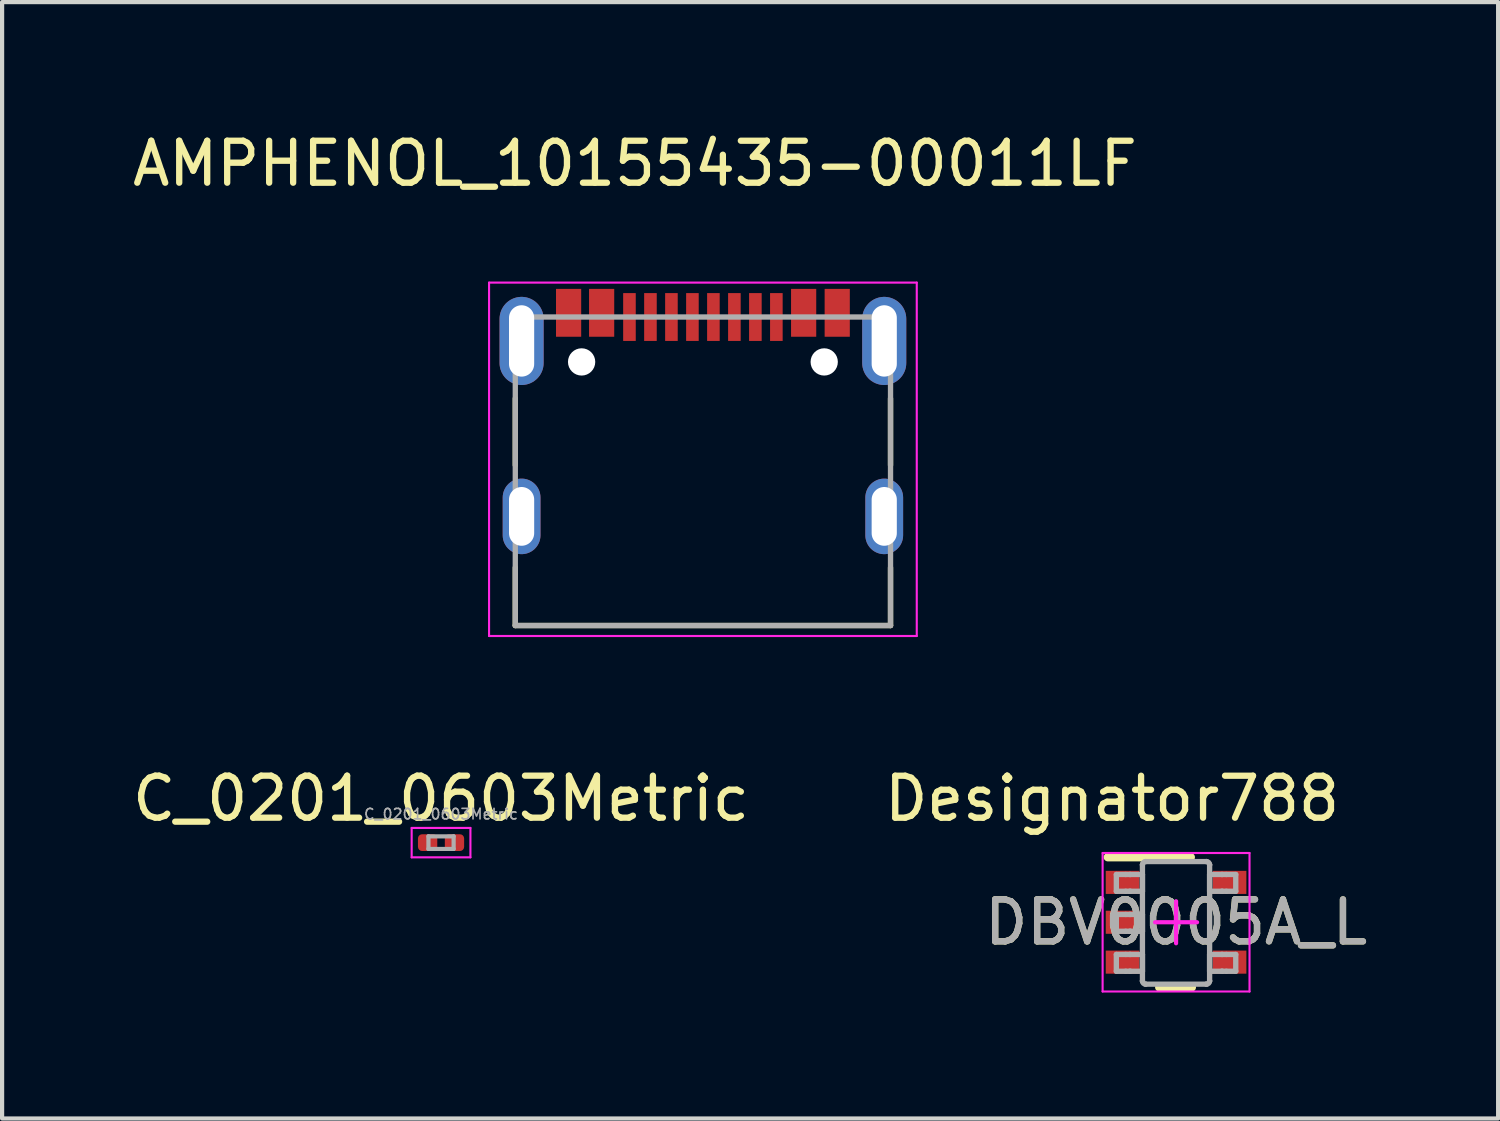
<source format=kicad_pcb>
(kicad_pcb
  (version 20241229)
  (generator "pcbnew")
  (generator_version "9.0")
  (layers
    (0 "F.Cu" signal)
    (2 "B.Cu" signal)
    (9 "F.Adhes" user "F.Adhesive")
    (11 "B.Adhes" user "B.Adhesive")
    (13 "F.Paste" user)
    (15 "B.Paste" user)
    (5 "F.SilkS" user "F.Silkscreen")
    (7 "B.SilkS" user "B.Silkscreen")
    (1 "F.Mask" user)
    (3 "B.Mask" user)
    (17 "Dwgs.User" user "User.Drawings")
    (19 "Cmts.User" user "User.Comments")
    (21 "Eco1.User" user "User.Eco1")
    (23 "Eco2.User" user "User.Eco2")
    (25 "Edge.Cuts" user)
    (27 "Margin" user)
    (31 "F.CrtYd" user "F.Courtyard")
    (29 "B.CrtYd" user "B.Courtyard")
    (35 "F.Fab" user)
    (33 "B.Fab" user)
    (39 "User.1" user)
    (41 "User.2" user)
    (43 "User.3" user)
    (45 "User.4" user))
  (footprint "DBV0005A_L"
    (layer "F.Cu")
    (at 24.97 18.923)
    (property "Reference" "DBV0005A_L" (at 0 0 0) (unlocked yes) (layer "F.SilkS") (effects (font (size 1 1) (thickness 0.15))))
    (attr smd)
    (fp_line (start -1.625 -1.55) (end 0.35 -1.55) (stroke (width 0.2) (type solid)) (layer "F.SilkS"))
    (fp_line (start -0.4 1.55) (end 0.375 1.55) (stroke (width 0.2) (type solid)) (layer "F.SilkS"))
    (fp_line (start -1.75 -1.65) (end 1.75 -1.65) (stroke (width 0.05) (type solid)) (layer "F.CrtYd"))
    (fp_line (start -1.75 1.65) (end -1.75 -1.65) (stroke (width 0.05) (type solid)) (layer "F.CrtYd"))
    (fp_line (start -1.75 1.65) (end 1.75 1.65) (stroke (width 0.05) (type solid)) (layer "F.CrtYd"))
    (fp_line (start -0.5 0) (end 0.5 0) (stroke (width 0.1) (type solid)) (layer "F.CrtYd"))
    (fp_line (start 0 0.5) (end 0 -0.5) (stroke (width 0.1) (type solid)) (layer "F.CrtYd"))
    (fp_line (start 1.75 1.65) (end 1.75 -1.65) (stroke (width 0.05) (type solid)) (layer "F.CrtYd"))
    (fp_line (start -1.423 -1.138) (end -1.199 -1.138) (stroke (width 0.127) (type solid)) (layer "F.Fab"))
    (fp_line (start -1.423 -0.738) (end -1.423 -1.138) (stroke (width 0.127) (type solid)) (layer "F.Fab"))
    (fp_line (start -1.423 -0.738) (end -1.199 -0.738) (stroke (width 0.127) (type solid)) (layer "F.Fab"))
    (fp_line (start -1.423 -0.186) (end -1.199 -0.186) (stroke (width 0.127) (type solid)) (layer "F.Fab"))
    (fp_line (start -1.423 0.215) (end -1.423 -0.186) (stroke (width 0.127) (type solid)) (layer "F.Fab"))
    (fp_line (start -1.423 0.215) (end -1.199 0.215) (stroke (width 0.127) (type solid)) (layer "F.Fab"))
    (fp_line (start -1.423 0.767) (end -1.199 0.767) (stroke (width 0.127) (type solid)) (layer "F.Fab"))
    (fp_line (start -1.423 1.167) (end -1.423 0.767) (stroke (width 0.127) (type solid)) (layer "F.Fab"))
    (fp_line (start -1.423 1.167) (end -1.199 1.167) (stroke (width 0.127) (type solid)) (layer "F.Fab"))
    (fp_line (start -1.199 -1.138) (end -1.105 -1.138) (stroke (width 0.127) (type solid)) (layer "F.Fab"))
    (fp_line (start -1.199 -0.738) (end -1.105 -0.738) (stroke (width 0.127) (type solid)) (layer "F.Fab"))
    (fp_line (start -1.199 -0.186) (end -1.105 -0.186) (stroke (width 0.127) (type solid)) (layer "F.Fab"))
    (fp_line (start -1.199 0.215) (end -1.105 0.215) (stroke (width 0.127) (type solid)) (layer "F.Fab"))
    (fp_line (start -1.199 0.767) (end -1.105 0.767) (stroke (width 0.127) (type solid)) (layer "F.Fab"))
    (fp_line (start -1.199 1.167) (end -1.105 1.167) (stroke (width 0.127) (type solid)) (layer "F.Fab"))
    (fp_line (start -1.105 -1.138) (end -1.088 -1.138) (stroke (width 0.127) (type solid)) (layer "F.Fab"))
    (fp_line (start -1.105 -0.738) (end -1.088 -0.738) (stroke (width 0.127) (type solid)) (layer "F.Fab"))
    (fp_line (start -1.105 -0.186) (end -1.088 -0.186) (stroke (width 0.127) (type solid)) (layer "F.Fab"))
    (fp_line (start -1.105 0.215) (end -1.088 0.215) (stroke (width 0.127) (type solid)) (layer "F.Fab"))
    (fp_line (start -1.105 0.767) (end -1.088 0.767) (stroke (width 0.127) (type solid)) (layer "F.Fab"))
    (fp_line (start -1.105 1.167) (end -1.088 1.167) (stroke (width 0.127) (type solid)) (layer "F.Fab"))
    (fp_line (start -1.088 -1.138) (end -0.835 -1.138) (stroke (width 0.127) (type solid)) (layer "F.Fab"))
    (fp_line (start -1.088 -0.738) (end -0.835 -0.738) (stroke (width 0.127) (type solid)) (layer "F.Fab"))
    (fp_line (start -1.088 -0.186) (end -0.835 -0.186) (stroke (width 0.127) (type solid)) (layer "F.Fab"))
    (fp_line (start -1.088 0.215) (end -0.835 0.215) (stroke (width 0.127) (type solid)) (layer "F.Fab"))
    (fp_line (start -1.088 0.767) (end -0.835 0.767) (stroke (width 0.127) (type solid)) (layer "F.Fab"))
    (fp_line (start -1.088 1.167) (end -0.835 1.167) (stroke (width 0.127) (type solid)) (layer "F.Fab"))
    (fp_line (start -0.835 -1.138) (end -0.801 -1.138) (stroke (width 0.127) (type solid)) (layer "F.Fab"))
    (fp_line (start -0.835 -0.738) (end -0.801 -0.738) (stroke (width 0.127) (type solid)) (layer "F.Fab"))
    (fp_line (start -0.835 -0.186) (end -0.801 -0.186) (stroke (width 0.127) (type solid)) (layer "F.Fab"))
    (fp_line (start -0.835 0.215) (end -0.801 0.215) (stroke (width 0.127) (type solid)) (layer "F.Fab"))
    (fp_line (start -0.835 0.767) (end -0.801 0.767) (stroke (width 0.127) (type solid)) (layer "F.Fab"))
    (fp_line (start -0.835 1.167) (end -0.801 1.167) (stroke (width 0.127) (type solid)) (layer "F.Fab"))
    (fp_line (start -0.801 -1.37) (end -0.801 -1.371) (stroke (width 0.127) (type solid)) (layer "F.Fab"))
    (fp_line (start -0.801 -0.738) (end -0.801 -1.138) (stroke (width 0.127) (type solid)) (layer "F.Fab"))
    (fp_line (start -0.801 0.215) (end -0.801 -0.186) (stroke (width 0.127) (type solid)) (layer "F.Fab"))
    (fp_line (start -0.801 1.167) (end -0.801 0.767) (stroke (width 0.127) (type solid)) (layer "F.Fab"))
    (fp_line (start -0.801 1.399) (end -0.801 -1.37) (stroke (width 0.127) (type solid)) (layer "F.Fab"))
    (fp_line (start -0.801 1.4) (end -0.801 1.399) (stroke (width 0.127) (type solid)) (layer "F.Fab"))
    (fp_line (start -0.725 -1.446) (end -0.725 -1.446) (stroke (width 0.127) (type solid)) (layer "F.Fab"))
    (fp_line (start -0.725 1.475) (end -0.725 1.475) (stroke (width 0.127) (type solid)) (layer "F.Fab"))
    (fp_line (start -0.725 -1.446) (end 0.723 -1.446) (stroke (width 0.127) (type solid)) (layer "F.Fab"))
    (fp_line (start -0.725 1.475) (end 0.723 1.475) (stroke (width 0.127) (type solid)) (layer "F.Fab"))
    (fp_line (start 0.723 -1.446) (end 0.724 -1.446) (stroke (width 0.127) (type solid)) (layer "F.Fab"))
    (fp_line (start 0.723 1.475) (end 0.724 1.475) (stroke (width 0.127) (type solid)) (layer "F.Fab"))
    (fp_line (start 0.799 -1.37) (end 0.799 -1.371) (stroke (width 0.127) (type solid)) (layer "F.Fab"))
    (fp_line (start 0.799 -1.138) (end 0.834 -1.138) (stroke (width 0.127) (type solid)) (layer "F.Fab"))
    (fp_line (start 0.799 -0.738) (end 0.799 -1.138) (stroke (width 0.127) (type solid)) (layer "F.Fab"))
    (fp_line (start 0.799 -0.738) (end 0.834 -0.738) (stroke (width 0.127) (type solid)) (layer "F.Fab"))
    (fp_line (start 0.799 0.767) (end 0.834 0.767) (stroke (width 0.127) (type solid)) (layer "F.Fab"))
    (fp_line (start 0.799 1.167) (end 0.799 0.767) (stroke (width 0.127) (type solid)) (layer "F.Fab"))
    (fp_line (start 0.799 1.167) (end 0.834 1.167) (stroke (width 0.127) (type solid)) (layer "F.Fab"))
    (fp_line (start 0.799 1.399) (end 0.799 -1.37) (stroke (width 0.127) (type solid)) (layer "F.Fab"))
    (fp_line (start 0.799 1.4) (end 0.799 1.399) (stroke (width 0.127) (type solid)) (layer "F.Fab"))
    (fp_line (start 0.834 -1.138) (end 1.087 -1.138) (stroke (width 0.127) (type solid)) (layer "F.Fab"))
    (fp_line (start 0.834 -0.738) (end 1.087 -0.738) (stroke (width 0.127) (type solid)) (layer "F.Fab"))
    (fp_line (start 0.834 0.767) (end 1.087 0.767) (stroke (width 0.127) (type solid)) (layer "F.Fab"))
    (fp_line (start 0.834 1.167) (end 1.087 1.167) (stroke (width 0.127) (type solid)) (layer "F.Fab"))
    (fp_line (start 1.087 -1.138) (end 1.103 -1.138) (stroke (width 0.127) (type solid)) (layer "F.Fab"))
    (fp_line (start 1.087 -0.738) (end 1.103 -0.738) (stroke (width 0.127) (type solid)) (layer "F.Fab"))
    (fp_line (start 1.087 0.767) (end 1.103 0.767) (stroke (width 0.127) (type solid)) (layer "F.Fab"))
    (fp_line (start 1.087 1.167) (end 1.103 1.167) (stroke (width 0.127) (type solid)) (layer "F.Fab"))
    (fp_line (start 1.103 -1.138) (end 1.198 -1.138) (stroke (width 0.127) (type solid)) (layer "F.Fab"))
    (fp_line (start 1.103 -0.738) (end 1.198 -0.738) (stroke (width 0.127) (type solid)) (layer "F.Fab"))
    (fp_line (start 1.103 0.767) (end 1.198 0.767) (stroke (width 0.127) (type solid)) (layer "F.Fab"))
    (fp_line (start 1.103 1.167) (end 1.198 1.167) (stroke (width 0.127) (type solid)) (layer "F.Fab"))
    (fp_line (start 1.198 -1.138) (end 1.422 -1.138) (stroke (width 0.127) (type solid)) (layer "F.Fab"))
    (fp_line (start 1.198 -0.738) (end 1.422 -0.738) (stroke (width 0.127) (type solid)) (layer "F.Fab"))
    (fp_line (start 1.198 0.767) (end 1.422 0.767) (stroke (width 0.127) (type solid)) (layer "F.Fab"))
    (fp_line (start 1.198 1.167) (end 1.422 1.167) (stroke (width 0.127) (type solid)) (layer "F.Fab"))
    (fp_line (start 1.422 -0.738) (end 1.422 -1.138) (stroke (width 0.127) (type solid)) (layer "F.Fab"))
    (fp_line (start 1.422 1.167) (end 1.422 0.767) (stroke (width 0.127) (type solid)) (layer "F.Fab"))
    (fp_arc (start -0.80074 -1.37084) (mid -0.778218 -1.423887) (end -0.724999 -1.445998) (stroke (width 0.127) (type solid)) (layer "F.Fab"))
    (fp_arc (start -0.724999 1.475) (mid -0.778213 1.452901) (end -0.80074 1.399867) (stroke (width 0.127) (type solid)) (layer "F.Fab"))
    (fp_arc (start 0.723714 -1.445998) (mid 0.776933 -1.423887) (end 0.799455 -1.37084) (stroke (width 0.127) (type solid)) (layer "F.Fab"))
    (fp_arc (start 0.799455 1.399868) (mid 0.776927 1.452901) (end 0.723713 1.475) (stroke (width 0.127) (type solid)) (layer "F.Fab"))
    (fp_text user "Designator788" (at -1.524 -2.946 0) (unlocked yes) (layer "F.SilkS") (effects (font (size 1 1) (thickness 0.15))))
    (fp_text user "${REFERENCE}" (at 0 0 0) (unlocked yes) (layer "F.Fab") (effects (font (size 1 1) (thickness 0.15))))
    (pad "1" smd rect (at -1.275 -0.95 90) (size 0.55 0.8) (layers "F.Cu" "F.Mask" "F.Paste"))
    (pad "2" smd rect (at -1.275 0 90) (size 0.55 0.8) (layers "F.Cu" "F.Mask" "F.Paste"))
    (pad "3" smd rect (at -1.275 0.95 90) (size 0.55 0.8) (layers "F.Cu" "F.Mask" "F.Paste"))
    (pad "4" smd rect (at 1.275 0.95 90) (size 0.55 0.8) (layers "F.Cu" "F.Mask" "F.Paste"))
    (pad "5" smd rect (at 1.275 -0.95 90) (size 0.55 0.8) (layers "F.Cu" "F.Mask" "F.Paste")))
  (footprint "AMPHENOL_10155435-00011LF"
    (layer "F.Cu")
    (at 13.697 9.253)
    (property "Reference" "AMPHENOL_10155435-00011LF" (at -1.62 -8.405 0) (layer "F.SilkS") (effects (font (size 1 1) (thickness 0.15))))
    (attr smd)
    (fp_line (start -4.47 -2.81) (end -4.47 -1.22) (stroke (width 0.127) (type solid)) (layer "F.SilkS"))
    (fp_line (start -4.47 2.6) (end -4.47 1.22) (stroke (width 0.127) (type solid)) (layer "F.SilkS"))
    (fp_line (start 4.47 -2.81) (end 4.47 -1.22) (stroke (width 0.127) (type solid)) (layer "F.SilkS"))
    (fp_line (start 4.47 2.6) (end -4.47 2.6) (stroke (width 0.127) (type solid)) (layer "F.SilkS"))
    (fp_line (start 4.47 2.6) (end 4.47 1.22) (stroke (width 0.127) (type solid)) (layer "F.SilkS"))
    (fp_line (start -5.095 -5.57) (end -5.095 2.85) (stroke (width 0.05) (type solid)) (layer "F.CrtYd"))
    (fp_line (start -5.095 2.85) (end 5.095 2.85) (stroke (width 0.05) (type solid)) (layer "F.CrtYd"))
    (fp_line (start 5.095 -5.57) (end -5.095 -5.57) (stroke (width 0.05) (type solid)) (layer "F.CrtYd"))
    (fp_line (start 5.095 2.85) (end 5.095 -5.57) (stroke (width 0.05) (type solid)) (layer "F.CrtYd"))
    (fp_line (start -4.47 -4.75) (end 4.47 -4.75) (stroke (width 0.127) (type solid)) (layer "F.Fab"))
    (fp_line (start -4.47 2.6) (end -4.47 -4.75) (stroke (width 0.127) (type solid)) (layer "F.Fab"))
    (fp_line (start 4.47 -4.75) (end 4.47 2.6) (stroke (width 0.127) (type solid)) (layer "F.Fab"))
    (fp_line (start 4.47 2.6) (end -4.47 2.6) (stroke (width 0.127) (type solid)) (layer "F.Fab"))
    (pad "" np_thru_hole circle (at -2.89 -3.68) (size 0.65 0.65) (drill 0.65) (layers "*.Cu" "*.Mask"))
    (pad "" np_thru_hole circle (at 2.89 -3.68) (size 0.65 0.65) (drill 0.65) (layers "*.Cu" "*.Mask"))
    (pad "A1_B12" smd rect (at -3.2 -4.75) (size 0.6 1.14) (drill (offset 0 -0.1)) (layers "F.Cu" "F.Mask" "F.Paste"))
    (pad "A4_B9" smd rect (at -2.413 -4.75) (size 0.6 1.14) (drill (offset 0 -0.1)) (layers "F.Cu" "F.Mask" "F.Paste"))
    (pad "A5" smd rect (at -1.25 -4.75) (size 0.3 1.14) (layers "F.Cu" "F.Mask" "F.Paste"))
    (pad "A6" smd rect (at -0.25 -4.75) (size 0.3 1.14) (layers "F.Cu" "F.Mask" "F.Paste"))
    (pad "A7" smd rect (at 0.25 -4.75) (size 0.3 1.14) (layers "F.Cu" "F.Mask" "F.Paste"))
    (pad "A8" smd rect (at 1.25 -4.75) (size 0.3 1.14) (layers "F.Cu" "F.Mask" "F.Paste"))
    (pad "B1_A12" smd rect (at 3.2 -4.75) (size 0.6 1.14) (drill (offset 0 -0.1)) (layers "F.Cu" "F.Mask" "F.Paste"))
    (pad "B4_A9" smd rect (at 2.4 -4.75) (size 0.6 1.14) (drill (offset 0 -0.1)) (layers "F.Cu" "F.Mask" "F.Paste"))
    (pad "B5" smd rect (at 1.75 -4.75) (size 0.3 1.14) (layers "F.Cu" "F.Mask" "F.Paste"))
    (pad "B6" smd rect (at 0.75 -4.75) (size 0.3 1.14) (layers "F.Cu" "F.Mask" "F.Paste"))
    (pad "B7" smd rect (at -0.75 -4.75) (size 0.3 1.14) (layers "F.Cu" "F.Mask" "F.Paste"))
    (pad "B8" smd rect (at -1.75 -4.75) (size 0.3 1.14) (layers "F.Cu" "F.Mask" "F.Paste"))
    (pad "SH1" thru_hole oval (at -4.32 -4.18) (size 1.05 2.1) (drill oval 0.6 1.7) (layers "*.Cu" "*.Mask"))
    (pad "SH2" thru_hole oval (at 4.32 -4.18) (size 1.05 2.1) (drill oval 0.6 1.7) (layers "*.Cu" "*.Mask"))
    (pad "SH3" thru_hole oval (at -4.32 0) (size 0.9 1.8) (drill oval 0.6 1.4) (layers "*.Cu" "*.Mask"))
    (pad "SH4" thru_hole oval (at 4.32 0) (size 0.9 1.8) (drill oval 0.6 1.4) (layers "*.Cu" "*.Mask")))
  (footprint "C_0201_0603Metric"
    (layer "F.Cu")
    (at 7.458 17.026)
    (property "Reference" "C_0201_0603Metric" (at 0 -1.05 0) (layer "F.SilkS") (effects (font (size 1 1) (thickness 0.15))))
    (attr smd)
    (fp_line (start -0.7 -0.35) (end 0.7 -0.35) (stroke (width 0.05) (type solid)) (layer "F.CrtYd"))
    (fp_line (start -0.7 0.35) (end -0.7 -0.35) (stroke (width 0.05) (type solid)) (layer "F.CrtYd"))
    (fp_line (start 0.7 -0.35) (end 0.7 0.35) (stroke (width 0.05) (type solid)) (layer "F.CrtYd"))
    (fp_line (start 0.7 0.35) (end -0.7 0.35) (stroke (width 0.05) (type solid)) (layer "F.CrtYd"))
    (fp_line (start -0.3 -0.15) (end 0.3 -0.15) (stroke (width 0.1) (type solid)) (layer "F.Fab"))
    (fp_line (start -0.3 0.15) (end -0.3 -0.15) (stroke (width 0.1) (type solid)) (layer "F.Fab"))
    (fp_line (start 0.3 -0.15) (end 0.3 0.15) (stroke (width 0.1) (type solid)) (layer "F.Fab"))
    (fp_line (start 0.3 0.15) (end -0.3 0.15) (stroke (width 0.1) (type solid)) (layer "F.Fab"))
    (fp_text user "${REFERENCE}" (at 0 -0.68 0) (layer "F.Fab") (effects (font (size 0.25 0.25) (thickness 0.04))))
    (pad "" smd roundrect (at -0.345 0) (size 0.318 0.36) (layers "F.Paste") (roundrect_rratio 0.25))
    (pad "" smd roundrect (at 0.345 0) (size 0.318 0.36) (layers "F.Paste") (roundrect_rratio 0.25))
    (pad "1" smd roundrect (at -0.32 0) (size 0.46 0.4) (layers "F.Cu" "F.Mask") (roundrect_rratio 0.25))
    (pad "2" smd roundrect (at 0.32 0) (size 0.46 0.4) (layers "F.Cu" "F.Mask") (roundrect_rratio 0.25)))
  (gr_rect
    (start -3 -3)
    (end 32.643 23.598)
    (stroke (width 0.1) (type default))
    (fill no)
    (layer "Edge.Cuts")))
</source>
